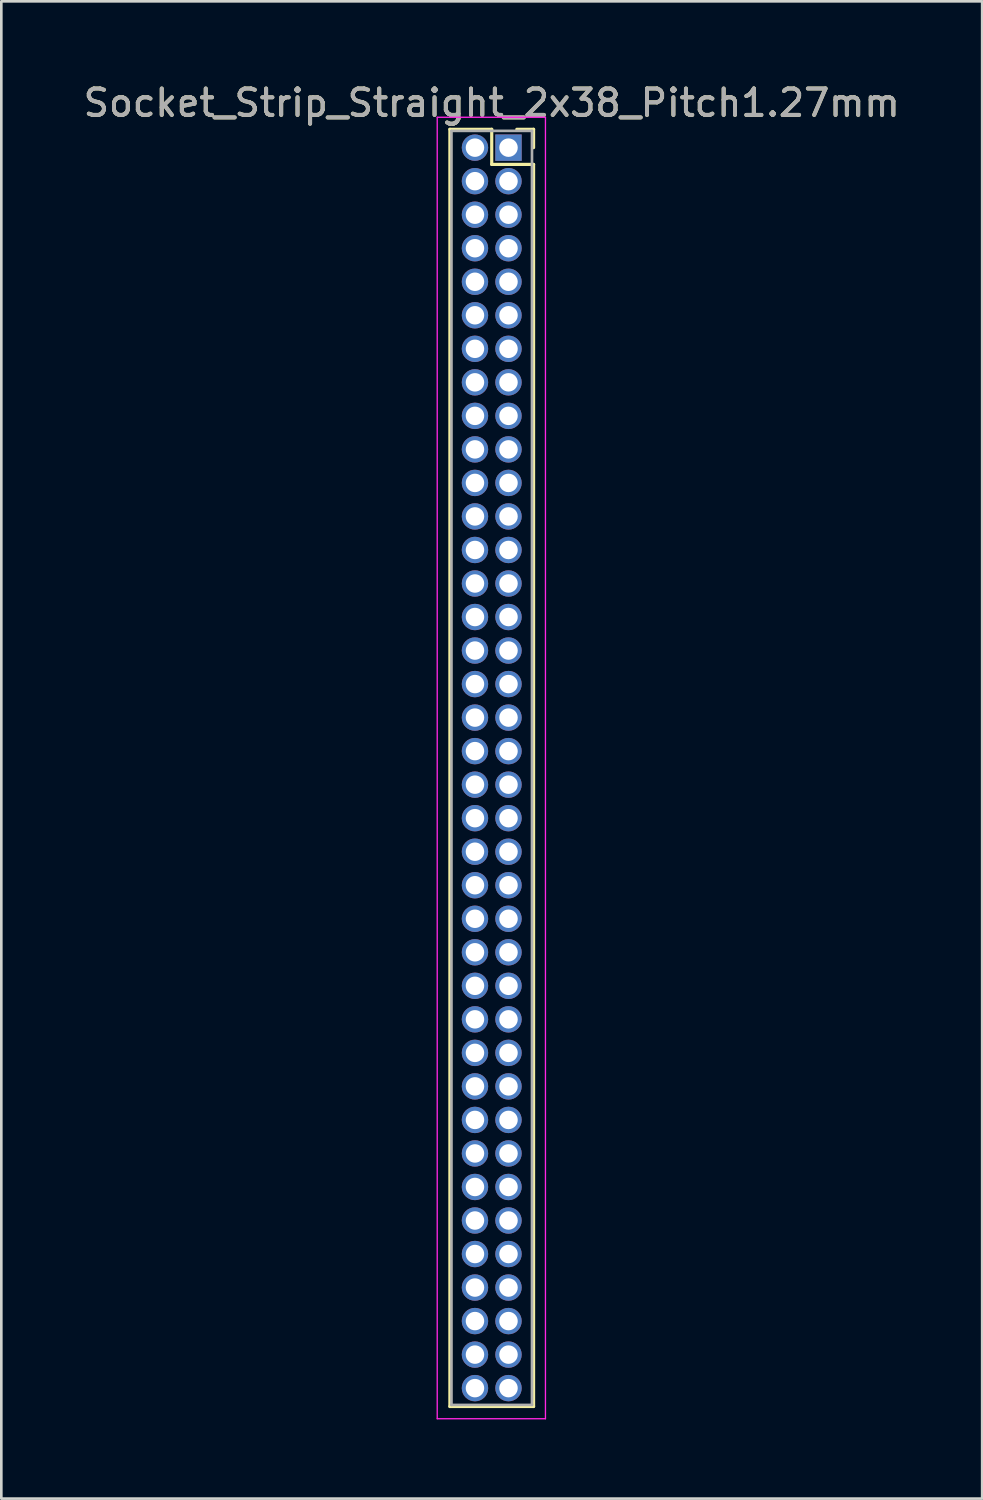
<source format=kicad_pcb>
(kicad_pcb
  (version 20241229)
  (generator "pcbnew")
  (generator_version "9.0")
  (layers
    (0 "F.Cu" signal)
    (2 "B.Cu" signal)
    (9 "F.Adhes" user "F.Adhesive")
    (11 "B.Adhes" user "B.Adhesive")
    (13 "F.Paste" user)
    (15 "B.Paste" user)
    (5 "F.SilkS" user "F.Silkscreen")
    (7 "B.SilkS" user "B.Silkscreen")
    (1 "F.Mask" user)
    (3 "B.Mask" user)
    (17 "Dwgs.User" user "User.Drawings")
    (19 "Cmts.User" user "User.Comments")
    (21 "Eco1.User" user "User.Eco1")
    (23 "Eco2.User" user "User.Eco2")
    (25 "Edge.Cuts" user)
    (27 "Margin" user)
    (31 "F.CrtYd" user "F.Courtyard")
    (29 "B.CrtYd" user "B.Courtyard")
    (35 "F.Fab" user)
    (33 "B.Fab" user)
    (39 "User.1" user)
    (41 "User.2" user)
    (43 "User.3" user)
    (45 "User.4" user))
  (footprint "Socket_Strip_Straight_2x38_Pitch1.27mm"
    (layer "F.Cu")
    (at 16.212 2.543)
    (property "Reference" "Socket_Strip_Straight_2x38_Pitch1.27mm" (at -0.635 -1.695 0) (layer "F.SilkS") (effects (font (size 1 1) (thickness 0.15))))
    (attr through_hole)
    (fp_line (start -2.22 -0.695) (end -0.635 -0.695) (stroke (width 0.12) (type solid)) (layer "F.SilkS"))
    (fp_line (start -2.22 47.685) (end -2.22 -0.695) (stroke (width 0.12) (type solid)) (layer "F.SilkS"))
    (fp_line (start -0.635 -0.695) (end -0.635 0.635) (stroke (width 0.12) (type solid)) (layer "F.SilkS"))
    (fp_line (start -0.635 0.635) (end 0.95 0.635) (stroke (width 0.12) (type solid)) (layer "F.SilkS"))
    (fp_line (start 0.95 -0.695) (end 0.315 -0.695) (stroke (width 0.12) (type solid)) (layer "F.SilkS"))
    (fp_line (start 0.95 0) (end 0.95 -0.695) (stroke (width 0.12) (type solid)) (layer "F.SilkS"))
    (fp_line (start 0.95 0.635) (end 0.95 47.685) (stroke (width 0.12) (type solid)) (layer "F.SilkS"))
    (fp_line (start 0.95 47.685) (end -2.22 47.685) (stroke (width 0.12) (type solid)) (layer "F.SilkS"))
    (fp_line (start -2.7 -1.15) (end -2.7 48.15) (stroke (width 0.05) (type solid)) (layer "F.CrtYd"))
    (fp_line (start -2.7 48.15) (end 1.4 48.15) (stroke (width 0.05) (type solid)) (layer "F.CrtYd"))
    (fp_line (start 1.4 -1.15) (end -2.7 -1.15) (stroke (width 0.05) (type solid)) (layer "F.CrtYd"))
    (fp_line (start 1.4 48.15) (end 1.4 -1.15) (stroke (width 0.05) (type solid)) (layer "F.CrtYd"))
    (fp_line (start -2.16 -0.635) (end -2.16 47.625) (stroke (width 0.1) (type solid)) (layer "F.Fab"))
    (fp_line (start -2.16 47.625) (end 0.89 47.625) (stroke (width 0.1) (type solid)) (layer "F.Fab"))
    (fp_line (start 0.89 -0.635) (end -2.16 -0.635) (stroke (width 0.1) (type solid)) (layer "F.Fab"))
    (fp_line (start 0.89 47.625) (end 0.89 -0.635) (stroke (width 0.1) (type solid)) (layer "F.Fab"))
    (fp_text user "${REFERENCE}" (at -0.635 -1.695 0) (layer "F.Fab") (effects (font (size 1 1) (thickness 0.15))))
    (pad "1" thru_hole rect (at 0 0) (size 1 1) (drill 0.7) (layers "*.Cu" "*.Mask"))
    (pad "2" thru_hole oval (at -1.27 0) (size 1 1) (drill 0.7) (layers "*.Cu" "*.Mask"))
    (pad "3" thru_hole oval (at 0 1.27) (size 1 1) (drill 0.7) (layers "*.Cu" "*.Mask"))
    (pad "4" thru_hole oval (at -1.27 1.27) (size 1 1) (drill 0.7) (layers "*.Cu" "*.Mask"))
    (pad "5" thru_hole oval (at 0 2.54) (size 1 1) (drill 0.7) (layers "*.Cu" "*.Mask"))
    (pad "6" thru_hole oval (at -1.27 2.54) (size 1 1) (drill 0.7) (layers "*.Cu" "*.Mask"))
    (pad "7" thru_hole oval (at 0 3.81) (size 1 1) (drill 0.7) (layers "*.Cu" "*.Mask"))
    (pad "8" thru_hole oval (at -1.27 3.81) (size 1 1) (drill 0.7) (layers "*.Cu" "*.Mask"))
    (pad "9" thru_hole oval (at 0 5.08) (size 1 1) (drill 0.7) (layers "*.Cu" "*.Mask"))
    (pad "10" thru_hole oval (at -1.27 5.08) (size 1 1) (drill 0.7) (layers "*.Cu" "*.Mask"))
    (pad "11" thru_hole oval (at 0 6.35) (size 1 1) (drill 0.7) (layers "*.Cu" "*.Mask"))
    (pad "12" thru_hole oval (at -1.27 6.35) (size 1 1) (drill 0.7) (layers "*.Cu" "*.Mask"))
    (pad "13" thru_hole oval (at 0 7.62) (size 1 1) (drill 0.7) (layers "*.Cu" "*.Mask"))
    (pad "14" thru_hole oval (at -1.27 7.62) (size 1 1) (drill 0.7) (layers "*.Cu" "*.Mask"))
    (pad "15" thru_hole oval (at 0 8.89) (size 1 1) (drill 0.7) (layers "*.Cu" "*.Mask"))
    (pad "16" thru_hole oval (at -1.27 8.89) (size 1 1) (drill 0.7) (layers "*.Cu" "*.Mask"))
    (pad "17" thru_hole oval (at 0 10.16) (size 1 1) (drill 0.7) (layers "*.Cu" "*.Mask"))
    (pad "18" thru_hole oval (at -1.27 10.16) (size 1 1) (drill 0.7) (layers "*.Cu" "*.Mask"))
    (pad "19" thru_hole oval (at 0 11.43) (size 1 1) (drill 0.7) (layers "*.Cu" "*.Mask"))
    (pad "20" thru_hole oval (at -1.27 11.43) (size 1 1) (drill 0.7) (layers "*.Cu" "*.Mask"))
    (pad "21" thru_hole oval (at 0 12.7) (size 1 1) (drill 0.7) (layers "*.Cu" "*.Mask"))
    (pad "22" thru_hole oval (at -1.27 12.7) (size 1 1) (drill 0.7) (layers "*.Cu" "*.Mask"))
    (pad "23" thru_hole oval (at 0 13.97) (size 1 1) (drill 0.7) (layers "*.Cu" "*.Mask"))
    (pad "24" thru_hole oval (at -1.27 13.97) (size 1 1) (drill 0.7) (layers "*.Cu" "*.Mask"))
    (pad "25" thru_hole oval (at 0 15.24) (size 1 1) (drill 0.7) (layers "*.Cu" "*.Mask"))
    (pad "26" thru_hole oval (at -1.27 15.24) (size 1 1) (drill 0.7) (layers "*.Cu" "*.Mask"))
    (pad "27" thru_hole oval (at 0 16.51) (size 1 1) (drill 0.7) (layers "*.Cu" "*.Mask"))
    (pad "28" thru_hole oval (at -1.27 16.51) (size 1 1) (drill 0.7) (layers "*.Cu" "*.Mask"))
    (pad "29" thru_hole oval (at 0 17.78) (size 1 1) (drill 0.7) (layers "*.Cu" "*.Mask"))
    (pad "30" thru_hole oval (at -1.27 17.78) (size 1 1) (drill 0.7) (layers "*.Cu" "*.Mask"))
    (pad "31" thru_hole oval (at 0 19.05) (size 1 1) (drill 0.7) (layers "*.Cu" "*.Mask"))
    (pad "32" thru_hole oval (at -1.27 19.05) (size 1 1) (drill 0.7) (layers "*.Cu" "*.Mask"))
    (pad "33" thru_hole oval (at 0 20.32) (size 1 1) (drill 0.7) (layers "*.Cu" "*.Mask"))
    (pad "34" thru_hole oval (at -1.27 20.32) (size 1 1) (drill 0.7) (layers "*.Cu" "*.Mask"))
    (pad "35" thru_hole oval (at 0 21.59) (size 1 1) (drill 0.7) (layers "*.Cu" "*.Mask"))
    (pad "36" thru_hole oval (at -1.27 21.59) (size 1 1) (drill 0.7) (layers "*.Cu" "*.Mask"))
    (pad "37" thru_hole oval (at 0 22.86) (size 1 1) (drill 0.7) (layers "*.Cu" "*.Mask"))
    (pad "38" thru_hole oval (at -1.27 22.86) (size 1 1) (drill 0.7) (layers "*.Cu" "*.Mask"))
    (pad "39" thru_hole oval (at 0 24.13) (size 1 1) (drill 0.7) (layers "*.Cu" "*.Mask"))
    (pad "40" thru_hole oval (at -1.27 24.13) (size 1 1) (drill 0.7) (layers "*.Cu" "*.Mask"))
    (pad "41" thru_hole oval (at 0 25.4) (size 1 1) (drill 0.7) (layers "*.Cu" "*.Mask"))
    (pad "42" thru_hole oval (at -1.27 25.4) (size 1 1) (drill 0.7) (layers "*.Cu" "*.Mask"))
    (pad "43" thru_hole oval (at 0 26.67) (size 1 1) (drill 0.7) (layers "*.Cu" "*.Mask"))
    (pad "44" thru_hole oval (at -1.27 26.67) (size 1 1) (drill 0.7) (layers "*.Cu" "*.Mask"))
    (pad "45" thru_hole oval (at 0 27.94) (size 1 1) (drill 0.7) (layers "*.Cu" "*.Mask"))
    (pad "46" thru_hole oval (at -1.27 27.94) (size 1 1) (drill 0.7) (layers "*.Cu" "*.Mask"))
    (pad "47" thru_hole oval (at 0 29.21) (size 1 1) (drill 0.7) (layers "*.Cu" "*.Mask"))
    (pad "48" thru_hole oval (at -1.27 29.21) (size 1 1) (drill 0.7) (layers "*.Cu" "*.Mask"))
    (pad "49" thru_hole oval (at 0 30.48) (size 1 1) (drill 0.7) (layers "*.Cu" "*.Mask"))
    (pad "50" thru_hole oval (at -1.27 30.48) (size 1 1) (drill 0.7) (layers "*.Cu" "*.Mask"))
    (pad "51" thru_hole oval (at 0 31.75) (size 1 1) (drill 0.7) (layers "*.Cu" "*.Mask"))
    (pad "52" thru_hole oval (at -1.27 31.75) (size 1 1) (drill 0.7) (layers "*.Cu" "*.Mask"))
    (pad "53" thru_hole oval (at 0 33.02) (size 1 1) (drill 0.7) (layers "*.Cu" "*.Mask"))
    (pad "54" thru_hole oval (at -1.27 33.02) (size 1 1) (drill 0.7) (layers "*.Cu" "*.Mask"))
    (pad "55" thru_hole oval (at 0 34.29) (size 1 1) (drill 0.7) (layers "*.Cu" "*.Mask"))
    (pad "56" thru_hole oval (at -1.27 34.29) (size 1 1) (drill 0.7) (layers "*.Cu" "*.Mask"))
    (pad "57" thru_hole oval (at 0 35.56) (size 1 1) (drill 0.7) (layers "*.Cu" "*.Mask"))
    (pad "58" thru_hole oval (at -1.27 35.56) (size 1 1) (drill 0.7) (layers "*.Cu" "*.Mask"))
    (pad "59" thru_hole oval (at 0 36.83) (size 1 1) (drill 0.7) (layers "*.Cu" "*.Mask"))
    (pad "60" thru_hole oval (at -1.27 36.83) (size 1 1) (drill 0.7) (layers "*.Cu" "*.Mask"))
    (pad "61" thru_hole oval (at 0 38.1) (size 1 1) (drill 0.7) (layers "*.Cu" "*.Mask"))
    (pad "62" thru_hole oval (at -1.27 38.1) (size 1 1) (drill 0.7) (layers "*.Cu" "*.Mask"))
    (pad "63" thru_hole oval (at 0 39.37) (size 1 1) (drill 0.7) (layers "*.Cu" "*.Mask"))
    (pad "64" thru_hole oval (at -1.27 39.37) (size 1 1) (drill 0.7) (layers "*.Cu" "*.Mask"))
    (pad "65" thru_hole oval (at 0 40.64) (size 1 1) (drill 0.7) (layers "*.Cu" "*.Mask"))
    (pad "66" thru_hole oval (at -1.27 40.64) (size 1 1) (drill 0.7) (layers "*.Cu" "*.Mask"))
    (pad "67" thru_hole oval (at 0 41.91) (size 1 1) (drill 0.7) (layers "*.Cu" "*.Mask"))
    (pad "68" thru_hole oval (at -1.27 41.91) (size 1 1) (drill 0.7) (layers "*.Cu" "*.Mask"))
    (pad "69" thru_hole oval (at 0 43.18) (size 1 1) (drill 0.7) (layers "*.Cu" "*.Mask"))
    (pad "70" thru_hole oval (at -1.27 43.18) (size 1 1) (drill 0.7) (layers "*.Cu" "*.Mask"))
    (pad "71" thru_hole oval (at 0 44.45) (size 1 1) (drill 0.7) (layers "*.Cu" "*.Mask"))
    (pad "72" thru_hole oval (at -1.27 44.45) (size 1 1) (drill 0.7) (layers "*.Cu" "*.Mask"))
    (pad "73" thru_hole oval (at 0 45.72) (size 1 1) (drill 0.7) (layers "*.Cu" "*.Mask"))
    (pad "74" thru_hole oval (at -1.27 45.72) (size 1 1) (drill 0.7) (layers "*.Cu" "*.Mask"))
    (pad "75" thru_hole oval (at 0 46.99) (size 1 1) (drill 0.7) (layers "*.Cu" "*.Mask"))
    (pad "76" thru_hole oval (at -1.27 46.99) (size 1 1) (drill 0.7) (layers "*.Cu" "*.Mask")))
  (gr_rect
    (start -3 -3)
    (end 34.155 53.718)
    (stroke (width 0.1) (type default))
    (fill no)
    (layer "Edge.Cuts")))
</source>
